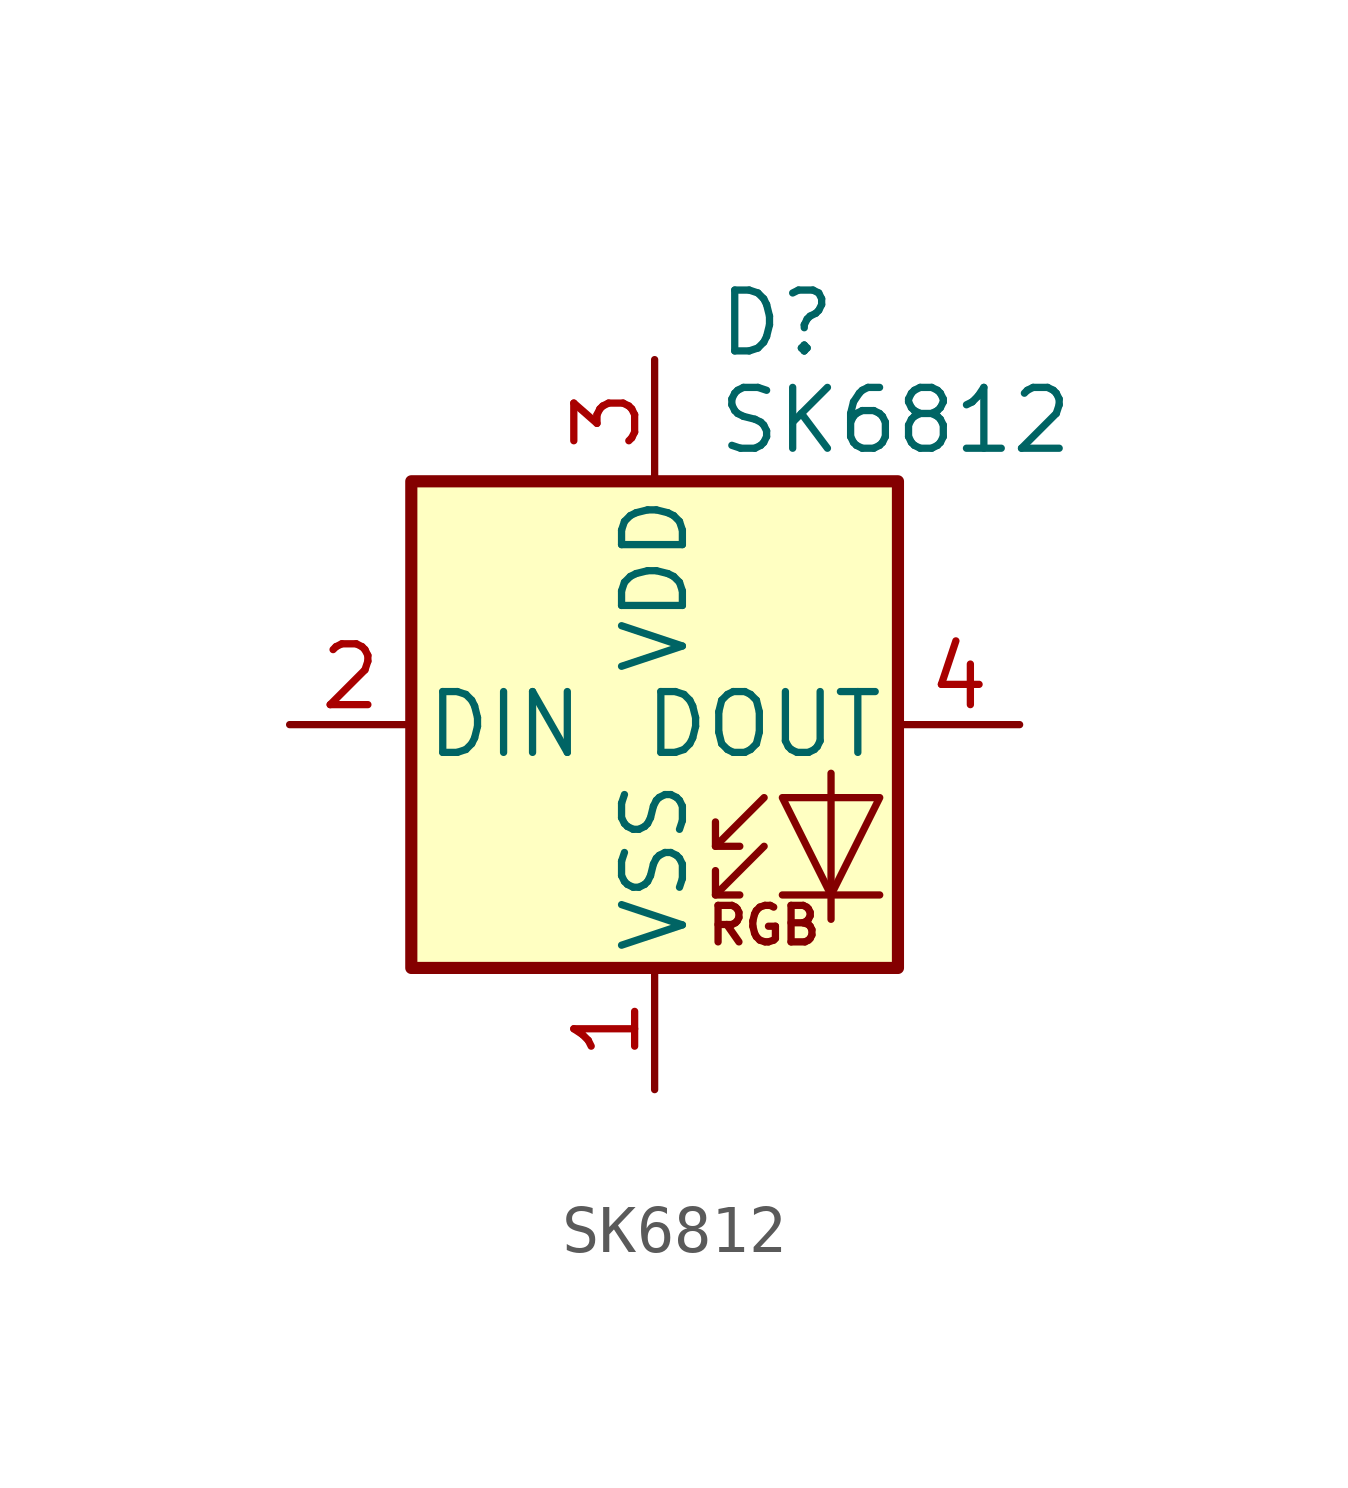
<source format=kicad_sym>
(kicad_symbol_lib
  (version 20241209)
  (generator "kicad_symbol_editor")
  (generator_version "9.0")
  (symbol "SK6812"
    (pin_names
      (offset 0.254))
    (property "Reference" "D"
      (at 1.27 8.382 0)
      (effects (font (size 1.27 1.27)) (justify left)))
    (property "Value" "SK6812"
      (at 1.27 6.35 0)
      (effects (font (size 1.27 1.27)) (justify left)))
    (symbol "SK6812_0_0"
      (text "RGB" (at 2.286 -4.191 0) (effects (font (size 0.762 0.762)))))
    (symbol "SK6812_0_1"
      (polyline (pts (xy 1.27 -2.54) (xy 1.778 -2.54)) (stroke (width 0) (type default)) (fill (type none)))
      (polyline (pts (xy 1.27 -3.556) (xy 1.778 -3.556)) (stroke (width 0) (type default)) (fill (type none)))
      (polyline (pts (xy 2.286 -1.524) (xy 1.27 -2.54) (xy 1.27 -2.032)) (stroke (width 0) (type default)) (fill (type none)))
      (polyline (pts (xy 2.286 -2.54) (xy 1.27 -3.556) (xy 1.27 -3.048)) (stroke (width 0) (type default)) (fill (type none)))
      (polyline (pts (xy 3.683 -1.016) (xy 3.683 -3.556) (xy 3.683 -4.064)) (stroke (width 0) (type default)) (fill (type none)))
      (polyline (pts (xy 4.699 -1.524) (xy 2.667 -1.524) (xy 3.683 -3.556) (xy 4.699 -1.524)) (stroke (width 0) (type default)) (fill (type none)))
      (polyline (pts (xy 4.699 -3.556) (xy 2.667 -3.556)) (stroke (width 0) (type default)) (fill (type none)))
      (rectangle (start 5.08 5.08) (end -5.08 -5.08) (stroke (width 0.254) (type default)) (fill (type background))))
    (symbol "SK6812_1_1"
      (pin input line (at -7.62 0 0) (length 2.54) (name "DIN" (effects (font (size 1.27 1.27)))) (number "2" (effects (font (size 1.27 1.27)))))
      (pin power_in line (at 0 7.62 270) (length 2.54) (name "VDD" (effects (font (size 1.27 1.27)))) (number "3" (effects (font (size 1.27 1.27)))))
      (pin power_in line (at 0 -7.62 90) (length 2.54) (name "VSS" (effects (font (size 1.27 1.27)))) (number "1" (effects (font (size 1.27 1.27)))))
      (pin output line (at 7.62 0 180) (length 2.54) (name "DOUT" (effects (font (size 1.27 1.27)))) (number "4" (effects (font (size 1.27 1.27))))))))
</source>
